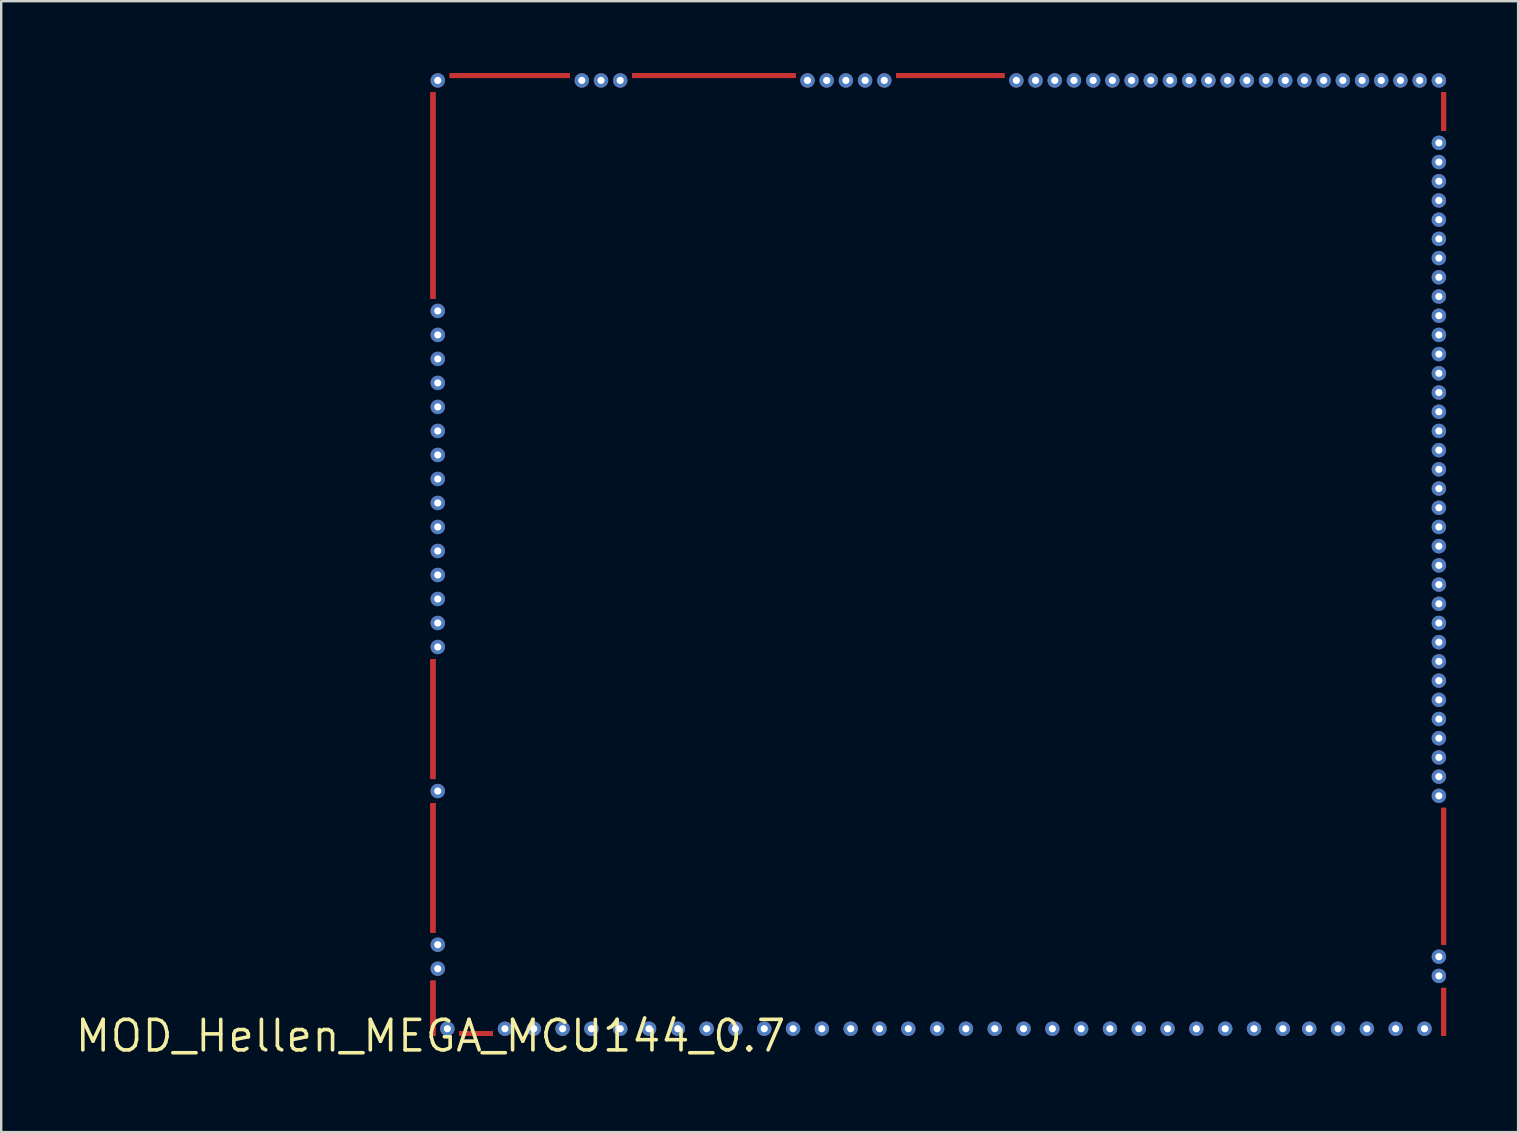
<source format=kicad_pcb>
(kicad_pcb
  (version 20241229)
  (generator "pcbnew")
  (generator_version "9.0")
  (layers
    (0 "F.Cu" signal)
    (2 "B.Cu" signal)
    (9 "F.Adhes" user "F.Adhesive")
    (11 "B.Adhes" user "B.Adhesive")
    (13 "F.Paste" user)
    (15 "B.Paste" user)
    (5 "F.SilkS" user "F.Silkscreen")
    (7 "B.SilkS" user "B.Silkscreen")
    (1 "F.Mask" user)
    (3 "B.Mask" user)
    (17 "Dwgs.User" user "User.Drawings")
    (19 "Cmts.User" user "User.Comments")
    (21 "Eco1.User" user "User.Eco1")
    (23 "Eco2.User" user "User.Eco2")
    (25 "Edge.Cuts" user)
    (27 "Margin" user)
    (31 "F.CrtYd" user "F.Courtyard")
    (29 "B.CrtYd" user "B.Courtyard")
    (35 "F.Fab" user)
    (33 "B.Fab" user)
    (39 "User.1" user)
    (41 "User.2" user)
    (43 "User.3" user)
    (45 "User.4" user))
  (footprint "MOD_Hellen_MEGA_MCU144_0.7"
    (layer "F.Cu")
    (at 14.884 40.1)
    (property "Reference" "MOD_Hellen_MEGA_MCU144_0.7" (at 0 0 0) (layer "F.SilkS") (effects (font (size 1.27 1.27) (thickness 0.15))))
    (attr through_hole)
    (pad "1" thru_hole oval (at 42 -37.2) (size 0.6 0.6) (drill 0.3) (layers "F.Cu" "F.Mask"))
    (pad "2" thru_hole oval (at 42 -36.4) (size 0.6 0.6) (drill 0.3) (layers "F.Cu" "F.Mask"))
    (pad "3" thru_hole oval (at 42 -35.6) (size 0.6 0.6) (drill 0.3) (layers "F.Cu" "F.Mask"))
    (pad "4" thru_hole oval (at 42 -34.8) (size 0.6 0.6) (drill 0.3) (layers "F.Cu" "F.Mask"))
    (pad "5" thru_hole oval (at 42 -34 270) (size 0.6 0.6) (drill 0.3) (layers "F.Cu" "F.Mask"))
    (pad "6" thru_hole oval (at 42 -33.2 270) (size 0.6 0.6) (drill 0.3) (layers "F.Cu" "F.Mask"))
    (pad "7" thru_hole oval (at 42 -32.4 270) (size 0.6 0.6) (drill 0.3) (layers "F.Cu" "F.Mask"))
    (pad "8" thru_hole oval (at 42 -31.6 270) (size 0.6 0.6) (drill 0.3) (layers "F.Cu" "F.Mask"))
    (pad "9" thru_hole oval (at 42 -30.8 270) (size 0.6 0.6) (drill 0.3) (layers "F.Cu" "F.Mask"))
    (pad "10" thru_hole oval (at 42 -30 270) (size 0.6 0.6) (drill 0.3) (layers "F.Cu" "F.Mask"))
    (pad "11" thru_hole oval (at 42 -29.2 270) (size 0.6 0.6) (drill 0.3) (layers "F.Cu" "F.Mask"))
    (pad "12" thru_hole oval (at 42 -28.4 270) (size 0.6 0.6) (drill 0.3) (layers "F.Cu" "F.Mask"))
    (pad "13" thru_hole oval (at 42 -27.6 270) (size 0.6 0.6) (drill 0.3) (layers "F.Cu" "F.Mask"))
    (pad "14" thru_hole oval (at 42 -26.8 270) (size 0.6 0.6) (drill 0.3) (layers "F.Cu" "F.Mask"))
    (pad "15" thru_hole oval (at 42 -26 270) (size 0.6 0.6) (drill 0.3) (layers "F.Cu" "F.Mask"))
    (pad "16" thru_hole oval (at 42 -25.2 270) (size 0.6 0.6) (drill 0.3) (layers "F.Cu" "F.Mask"))
    (pad "17" thru_hole oval (at 42 -24.4 270) (size 0.6 0.6) (drill 0.3) (layers "F.Cu" "F.Mask"))
    (pad "18" thru_hole oval (at 42 -23.6 270) (size 0.6 0.6) (drill 0.3) (layers "F.Cu" "F.Mask"))
    (pad "19" thru_hole oval (at 42 -22.8 270) (size 0.6 0.6) (drill 0.3) (layers "F.Cu" "F.Mask"))
    (pad "20" thru_hole oval (at 42 -22 270) (size 0.6 0.6) (drill 0.3) (layers "F.Cu" "F.Mask"))
    (pad "21" thru_hole oval (at 42 -21.2 270) (size 0.6 0.6) (drill 0.3) (layers "F.Cu" "F.Mask"))
    (pad "22" thru_hole oval (at 42 -20.4 270) (size 0.6 0.6) (drill 0.3) (layers "F.Cu" "F.Mask"))
    (pad "23" thru_hole oval (at 42 -19.6 270) (size 0.6 0.6) (drill 0.3) (layers "F.Cu" "F.Mask"))
    (pad "24" thru_hole oval (at 42 -18.8 180) (size 0.6 0.6) (drill 0.3) (layers "F.Cu" "F.Mask"))
    (pad "25" thru_hole oval (at 42 -18 180) (size 0.6 0.6) (drill 0.3) (layers "F.Cu" "F.Mask"))
    (pad "26" thru_hole oval (at 42 -17.2 270) (size 0.6 0.6) (drill 0.3) (layers "F.Cu" "F.Mask"))
    (pad "27" thru_hole oval (at 42 -16.4 270) (size 0.6 0.6) (drill 0.3) (layers "F.Cu" "F.Mask"))
    (pad "28" thru_hole oval (at 42 -15.6 180) (size 0.6 0.6) (drill 0.3) (layers "F.Cu" "F.Mask"))
    (pad "29" thru_hole oval (at 42 -14.8 180) (size 0.6 0.6) (drill 0.3) (layers "F.Cu" "F.Mask"))
    (pad "30" thru_hole oval (at 42 -14 180) (size 0.6 0.6) (drill 0.3) (layers "F.Cu" "F.Mask"))
    (pad "31" thru_hole oval (at 42 -13.2 180) (size 0.6 0.6) (drill 0.3) (layers "F.Cu" "F.Mask"))
    (pad "32" thru_hole oval (at 42 -12.4 180) (size 0.6 0.6) (drill 0.3) (layers "F.Cu" "F.Mask"))
    (pad "33" thru_hole oval (at 42 -11.6 180) (size 0.6 0.6) (drill 0.3) (layers "F.Cu" "F.Mask"))
    (pad "34" thru_hole oval (at 42 -10.8 270) (size 0.6 0.6) (drill 0.3) (layers "F.Cu" "F.Mask"))
    (pad "35" thru_hole oval (at 42 -10 270) (size 0.6 0.6) (drill 0.3) (layers "F.Cu" "F.Mask"))
    (pad "36" thru_hole oval (at 42 -3.3 270) (size 0.6 0.6) (drill 0.3) (layers "F.Cu" "F.Mask"))
    (pad "37" thru_hole oval (at 42 -2.5 270) (size 0.6 0.6) (drill 0.3) (layers "F.Cu" "F.Mask"))
    (pad "38" smd rect (at 0.1 -7) (size 0.2 5.4) (layers "F.Cu" "F.Mask"))
    (pad "39" smd rect (at 0.1 -1.15) (size 0.2 2.3) (layers "F.Cu" "F.Mask"))
    (pad "40" smd rect (at 0.1 -13.2) (size 0.2 5) (layers "F.Cu" "F.Mask"))
    (pad "41" smd rect (at 42.2 -1 180) (size 0.2 2) (layers "F.Cu" "F.Mask"))
    (pad "42" smd rect (at 3.3 -40 270) (size 0.2 5) (layers "F.Cu" "F.Mask"))
    (pad "43" smd rect (at 11.8 -40 270) (size 0.2 6.8) (layers "F.Cu" "F.Mask"))
    (pad "44" smd rect (at 21.65 -40 270) (size 0.2 4.5) (layers "F.Cu" "F.Mask"))
    (pad "45" smd rect (at 42.2 -6.65 180) (size 0.2 5.7) (layers "F.Cu" "F.Mask"))
    (pad "46" smd rect (at 42.2 -38.5 180) (size 0.2 1.6) (layers "F.Cu" "F.Mask"))
    (pad "47" smd rect (at 1.9 -0.1 90) (size 0.2 1.4) (layers "F.Cu" "F.Mask"))
    (pad "48" smd rect (at 0.1 -35) (size 0.2 8.6) (layers "F.Cu" "F.Mask"))
    (pad "49" smd rect (at 0.1 -7) (size 0.2 5.4) (layers "F.Cu" "F.Mask"))
    (pad "50" smd rect (at 0.1 -1.15) (size 0.2 2.3) (layers "F.Cu" "F.Mask"))
    (pad "51" smd rect (at 0.1 -13.2) (size 0.2 5) (layers "F.Cu" "F.Mask"))
    (pad "52" smd rect (at 42.2 -1 180) (size 0.2 2) (layers "F.Cu" "F.Mask"))
    (pad "53" smd rect (at 3.3 -40 270) (size 0.2 5) (layers "F.Cu" "F.Mask"))
    (pad "54" smd rect (at 11.8 -40 270) (size 0.2 6.8) (layers "F.Cu" "F.Mask"))
    (pad "55" smd rect (at 21.65 -40 270) (size 0.2 4.5) (layers "F.Cu" "F.Mask"))
    (pad "56" smd rect (at 42.2 -6.65 180) (size 0.2 5.7) (layers "F.Cu" "F.Mask"))
    (pad "57" smd rect (at 42.2 -38.5 180) (size 0.2 1.6) (layers "F.Cu" "F.Mask"))
    (pad "58" smd rect (at 1.9 -0.1 90) (size 0.2 1.4) (layers "F.Cu" "F.Mask"))
    (pad "59" smd rect (at 0.1 -35) (size 0.2 8.6) (layers "F.Cu" "F.Mask"))
    (pad "60" smd rect (at 0.1 -7) (size 0.2 5.4) (layers "F.Cu" "F.Mask"))
    (pad "61" smd rect (at 0.1 -1.15) (size 0.2 2.3) (layers "F.Cu" "F.Mask"))
    (pad "62" smd rect (at 0.1 -13.2) (size 0.2 5) (layers "F.Cu" "F.Mask"))
    (pad "63" smd rect (at 42.2 -1 180) (size 0.2 2) (layers "F.Cu" "F.Mask"))
    (pad "64" smd rect (at 3.3 -40 270) (size 0.2 5) (layers "F.Cu" "F.Mask"))
    (pad "65" smd rect (at 11.8 -40 270) (size 0.2 6.8) (layers "F.Cu" "F.Mask"))
    (pad "66" smd rect (at 21.65 -40 270) (size 0.2 4.5) (layers "F.Cu" "F.Mask"))
    (pad "67" smd rect (at 42.2 -6.65 180) (size 0.2 5.7) (layers "F.Cu" "F.Mask"))
    (pad "68" smd rect (at 42.2 -38.5 180) (size 0.2 1.6) (layers "F.Cu" "F.Mask"))
    (pad "69" smd rect (at 1.9 -0.1 90) (size 0.2 1.4) (layers "F.Cu" "F.Mask"))
    (pad "70" smd rect (at 0.1 -35) (size 0.2 8.6) (layers "F.Cu" "F.Mask"))
    (pad "71" smd rect (at 0.1 -7) (size 0.2 5.4) (layers "F.Cu" "F.Mask"))
    (pad "72" smd rect (at 0.1 -1.15) (size 0.2 2.3) (layers "F.Cu" "F.Mask"))
    (pad "73" smd rect (at 0.1 -13.2) (size 0.2 5) (layers "F.Cu" "F.Mask"))
    (pad "74" smd rect (at 42.2 -1 180) (size 0.2 2) (layers "F.Cu" "F.Mask"))
    (pad "75" smd rect (at 3.3 -40 270) (size 0.2 5) (layers "F.Cu" "F.Mask"))
    (pad "76" smd rect (at 11.8 -40 270) (size 0.2 6.8) (layers "F.Cu" "F.Mask"))
    (pad "77" smd rect (at 21.65 -40 270) (size 0.2 4.5) (layers "F.Cu" "F.Mask"))
    (pad "78" smd rect (at 42.2 -6.65 180) (size 0.2 5.7) (layers "F.Cu" "F.Mask"))
    (pad "79" smd rect (at 42.2 -38.5 180) (size 0.2 1.6) (layers "F.Cu" "F.Mask"))
    (pad "80" smd rect (at 1.9 -0.1 90) (size 0.2 1.4) (layers "F.Cu" "F.Mask"))
    (pad "81" smd rect (at 0.1 -35) (size 0.2 8.6) (layers "F.Cu" "F.Mask"))
    (pad "82" thru_hole oval (at 42 -39.8 270) (size 0.6 0.6) (drill 0.3) (layers "F.Cu" "F.Mask"))
    (pad "83" thru_hole oval (at 41.2 -39.8 270) (size 0.6 0.6) (drill 0.3) (layers "F.Cu" "F.Mask"))
    (pad "84" thru_hole oval (at 40.4 -39.8 270) (size 0.6 0.6) (drill 0.3) (layers "F.Cu" "F.Mask"))
    (pad "85" thru_hole oval (at 39.6 -39.8 270) (size 0.6 0.6) (drill 0.3) (layers "F.Cu" "F.Mask"))
    (pad "86" thru_hole oval (at 38.8 -39.8 90) (size 0.6 0.6) (drill 0.3) (layers "F.Cu" "F.Mask"))
    (pad "87" thru_hole oval (at 38 -39.8 270) (size 0.6 0.6) (drill 0.3) (layers "F.Cu" "F.Mask"))
    (pad "88" thru_hole oval (at 37.2 -39.8 270) (size 0.6 0.6) (drill 0.3) (layers "F.Cu" "F.Mask"))
    (pad "89" thru_hole oval (at 36.4 -39.8 270) (size 0.6 0.6) (drill 0.3) (layers "F.Cu" "F.Mask"))
    (pad "90" thru_hole oval (at 35.6 -39.8 90) (size 0.6 0.6) (drill 0.3) (layers "F.Cu" "F.Mask"))
    (pad "91" thru_hole oval (at 34.8 -39.8 90) (size 0.6 0.6) (drill 0.3) (layers "F.Cu" "F.Mask"))
    (pad "92" thru_hole oval (at 34 -39.8 90) (size 0.6 0.6) (drill 0.3) (layers "F.Cu" "F.Mask"))
    (pad "93" thru_hole oval (at 33.2 -39.8 90) (size 0.6 0.6) (drill 0.3) (layers "F.Cu" "F.Mask"))
    (pad "94" thru_hole oval (at 32.4 -39.8 90) (size 0.6 0.6) (drill 0.3) (layers "F.Cu" "F.Mask"))
    (pad "95" thru_hole oval (at 31.6 -39.8 270) (size 0.6 0.6) (drill 0.3) (layers "F.Cu" "F.Mask"))
    (pad "96" thru_hole oval (at 30.8 -39.8 270) (size 0.6 0.6) (drill 0.3) (layers "F.Cu" "F.Mask"))
    (pad "97" thru_hole oval (at 30 -39.8 270) (size 0.6 0.6) (drill 0.3) (layers "F.Cu" "F.Mask"))
    (pad "98" thru_hole oval (at 29.2 -39.8 270) (size 0.6 0.6) (drill 0.3) (layers "F.Cu" "F.Mask"))
    (pad "99" thru_hole oval (at 28.4 -39.8 270) (size 0.6 0.6) (drill 0.3) (layers "F.Cu" "F.Mask"))
    (pad "100" thru_hole oval (at 27.6 -39.8 270) (size 0.6 0.6) (drill 0.3) (layers "F.Cu" "F.Mask"))
    (pad "101" thru_hole oval (at 26.8 -39.8 270) (size 0.6 0.6) (drill 0.3) (layers "F.Cu" "F.Mask"))
    (pad "102" thru_hole oval (at 26 -39.8 270) (size 0.6 0.6) (drill 0.3) (layers "F.Cu" "F.Mask"))
    (pad "103" thru_hole oval (at 25.2 -39.8 270) (size 0.6 0.6) (drill 0.3) (layers "F.Cu" "F.Mask"))
    (pad "104" thru_hole oval (at 24.4 -39.8 270) (size 0.6 0.6) (drill 0.3) (layers "F.Cu" "F.Mask"))
    (pad "105" thru_hole oval (at 18.9 -39.8 270) (size 0.6 0.6) (drill 0.3) (layers "F.Cu" "F.Mask"))
    (pad "106" thru_hole oval (at 18.1 -39.8 270) (size 0.6 0.6) (drill 0.3) (layers "F.Cu" "F.Mask"))
    (pad "107" thru_hole oval (at 17.3 -39.8 270) (size 0.6 0.6) (drill 0.3) (layers "F.Cu" "F.Mask"))
    (pad "108" thru_hole oval (at 16.5 -39.8 270) (size 0.6 0.6) (drill 0.3) (layers "F.Cu" "F.Mask"))
    (pad "109" thru_hole oval (at 15.7 -39.8 270) (size 0.6 0.6) (drill 0.3) (layers "F.Cu" "F.Mask"))
    (pad "110" thru_hole oval (at 7.9 -39.8 270) (size 0.6 0.6) (drill 0.3) (layers "F.Cu" "F.Mask"))
    (pad "111" thru_hole oval (at 7.1 -39.8 270) (size 0.6 0.6) (drill 0.3) (layers "F.Cu" "F.Mask"))
    (pad "112" thru_hole oval (at 6.3 -39.8 270) (size 0.6 0.6) (drill 0.3) (layers "F.Cu" "F.Mask"))
    (pad "113" thru_hole oval (at 0.3 -39.8 270) (size 0.6 0.6) (drill 0.3) (layers "F.Cu" "F.Mask"))
    (pad "114" thru_hole oval (at 41.4 -0.3 270) (size 0.6 0.6) (drill 0.3) (layers "F.Cu" "F.Mask"))
    (pad "115" thru_hole oval (at 40.2 -0.3 270) (size 0.6 0.6) (drill 0.3) (layers "F.Cu" "F.Mask"))
    (pad "116" thru_hole oval (at 39 -0.3 270) (size 0.6 0.6) (drill 0.3) (layers "F.Cu" "F.Mask"))
    (pad "117" thru_hole oval (at 37.8 -0.3 270) (size 0.6 0.6) (drill 0.3) (layers "F.Cu" "F.Mask"))
    (pad "118" thru_hole oval (at 36.6 -0.3 270) (size 0.6 0.6) (drill 0.3) (layers "F.Cu" "F.Mask"))
    (pad "119" thru_hole oval (at 35.5 -0.3 270) (size 0.6 0.6) (drill 0.3) (layers "F.Cu" "F.Mask"))
    (pad "120" thru_hole oval (at 34.3 -0.3 270) (size 0.6 0.6) (drill 0.3) (layers "F.Cu" "F.Mask"))
    (pad "121" thru_hole oval (at 33.1 -0.3 270) (size 0.6 0.6) (drill 0.3) (layers "F.Cu" "F.Mask"))
    (pad "122" thru_hole oval (at 31.9 -0.3 270) (size 0.6 0.6) (drill 0.3) (layers "F.Cu" "F.Mask"))
    (pad "123" thru_hole oval (at 30.7 -0.3 270) (size 0.6 0.6) (drill 0.3) (layers "F.Cu" "F.Mask"))
    (pad "124" thru_hole oval (at 29.5 -0.3 270) (size 0.6 0.6) (drill 0.3) (layers "F.Cu" "F.Mask"))
    (pad "125" thru_hole oval (at 28.3 -0.3 270) (size 0.6 0.6) (drill 0.3) (layers "F.Cu" "F.Mask"))
    (pad "126" thru_hole oval (at 27.1 -0.3 270) (size 0.6 0.6) (drill 0.3) (layers "F.Cu" "F.Mask"))
    (pad "127" thru_hole oval (at 25.9 -0.3 270) (size 0.6 0.6) (drill 0.3) (layers "F.Cu" "F.Mask"))
    (pad "128" thru_hole oval (at 24.7 -0.3 270) (size 0.6 0.6) (drill 0.3) (layers "F.Cu" "F.Mask"))
    (pad "129" thru_hole oval (at 23.5 -0.3 270) (size 0.6 0.6) (drill 0.3) (layers "F.Cu" "F.Mask"))
    (pad "130" thru_hole oval (at 22.3 -0.3 270) (size 0.6 0.6) (drill 0.3) (layers "F.Cu" "F.Mask"))
    (pad "131" thru_hole oval (at 21.1 -0.3 270) (size 0.6 0.6) (drill 0.3) (layers "F.Cu" "F.Mask"))
    (pad "132" thru_hole oval (at 19.9 -0.3 270) (size 0.6 0.6) (drill 0.3) (layers "F.Cu" "F.Mask"))
    (pad "133" thru_hole oval (at 18.7 -0.3 270) (size 0.6 0.6) (drill 0.3) (layers "F.Cu" "F.Mask"))
    (pad "134" thru_hole oval (at 17.5 -0.3 270) (size 0.6 0.6) (drill 0.3) (layers "F.Cu" "F.Mask"))
    (pad "135" thru_hole oval (at 16.3 -0.3 270) (size 0.6 0.6) (drill 0.3) (layers "F.Cu" "F.Mask"))
    (pad "136" thru_hole oval (at 15.1 -0.3 270) (size 0.6 0.6) (drill 0.3) (layers "F.Cu" "F.Mask"))
    (pad "137" thru_hole oval (at 13.9 -0.3 270) (size 0.6 0.6) (drill 0.3) (layers "F.Cu" "F.Mask"))
    (pad "138" thru_hole oval (at 12.7 -0.3 270) (size 0.6 0.6) (drill 0.3) (layers "F.Cu" "F.Mask"))
    (pad "139" thru_hole oval (at 11.5 -0.3 270) (size 0.6 0.6) (drill 0.3) (layers "F.Cu" "F.Mask"))
    (pad "140" thru_hole oval (at 10.3 -0.3 270) (size 0.6 0.6) (drill 0.3) (layers "F.Cu" "F.Mask"))
    (pad "141" thru_hole oval (at 9.1 -0.3 270) (size 0.6 0.6) (drill 0.3) (layers "F.Cu" "F.Mask"))
    (pad "142" thru_hole oval (at 7.9 -0.3 270) (size 0.6 0.6) (drill 0.3) (layers "F.Cu" "F.Mask"))
    (pad "143" thru_hole oval (at 6.7 -0.3 270) (size 0.6 0.6) (drill 0.3) (layers "F.Cu" "F.Mask"))
    (pad "144" thru_hole oval (at 5.5 -0.3 270) (size 0.6 0.6) (drill 0.3) (layers "F.Cu" "F.Mask"))
    (pad "145" thru_hole oval (at 4.3 -0.3 270) (size 0.6 0.6) (drill 0.3) (layers "F.Cu" "F.Mask"))
    (pad "146" thru_hole oval (at 3.1 -0.3 270) (size 0.6 0.6) (drill 0.3) (layers "F.Cu" "F.Mask"))
    (pad "147" thru_hole oval (at 0.7 -0.3 270) (size 0.6 0.6) (drill 0.3) (layers "F.Cu" "F.Mask"))
    (pad "148" thru_hole oval (at 0.3 -2.8 180) (size 0.6 0.6) (drill 0.3) (layers "F.Cu" "F.Mask"))
    (pad "149" thru_hole oval (at 0.3 -3.8 270) (size 0.6 0.6) (drill 0.3) (layers "F.Cu" "F.Mask"))
    (pad "150" thru_hole oval (at 0.3 -10.2 180) (size 0.6 0.6) (drill 0.3) (layers "F.Cu" "F.Mask"))
    (pad "151" thru_hole oval (at 0.3 -16.2 180) (size 0.6 0.6) (drill 0.3) (layers "F.Cu" "F.Mask"))
    (pad "152" thru_hole oval (at 0.3 -17.2 180) (size 0.6 0.6) (drill 0.3) (layers "F.Cu" "F.Mask"))
    (pad "153" thru_hole oval (at 0.3 -18.2 180) (size 0.6 0.6) (drill 0.3) (layers "F.Cu" "F.Mask"))
    (pad "154" thru_hole oval (at 0.3 -19.2 180) (size 0.6 0.6) (drill 0.3) (layers "F.Cu" "F.Mask"))
    (pad "155" thru_hole oval (at 0.3 -20.2 180) (size 0.6 0.6) (drill 0.3) (layers "F.Cu" "F.Mask"))
    (pad "156" thru_hole oval (at 0.3 -21.2 180) (size 0.6 0.6) (drill 0.3) (layers "F.Cu" "F.Mask"))
    (pad "157" thru_hole oval (at 0.3 -22.2 180) (size 0.6 0.6) (drill 0.3) (layers "F.Cu" "F.Mask"))
    (pad "158" thru_hole oval (at 0.3 -23.2 180) (size 0.6 0.6) (drill 0.3) (layers "F.Cu" "F.Mask"))
    (pad "159" thru_hole oval (at 0.3 -24.2 180) (size 0.6 0.6) (drill 0.3) (layers "F.Cu" "F.Mask"))
    (pad "160" thru_hole oval (at 0.3 -25.2 180) (size 0.6 0.6) (drill 0.3) (layers "F.Cu" "F.Mask"))
    (pad "161" thru_hole oval (at 0.3 -26.2 180) (size 0.6 0.6) (drill 0.3) (layers "F.Cu" "F.Mask"))
    (pad "162" thru_hole oval (at 0.3 -27.2 180) (size 0.6 0.6) (drill 0.3) (layers "F.Cu" "F.Mask"))
    (pad "163" thru_hole oval (at 0.3 -28.2 180) (size 0.6 0.6) (drill 0.3) (layers "F.Cu" "F.Mask"))
    (pad "164" thru_hole oval (at 0.3 -29.2 180) (size 0.6 0.6) (drill 0.3) (layers "F.Cu" "F.Mask"))
    (pad "165" thru_hole oval (at 0.3 -30.2 180) (size 0.6 0.6) (drill 0.3) (layers "F.Cu" "F.Mask")))
  (gr_rect
    (start -3 -3)
    (end 60.184 44.106)
    (stroke (width 0.1) (type default))
    (fill no)
    (layer "Edge.Cuts")))
</source>
